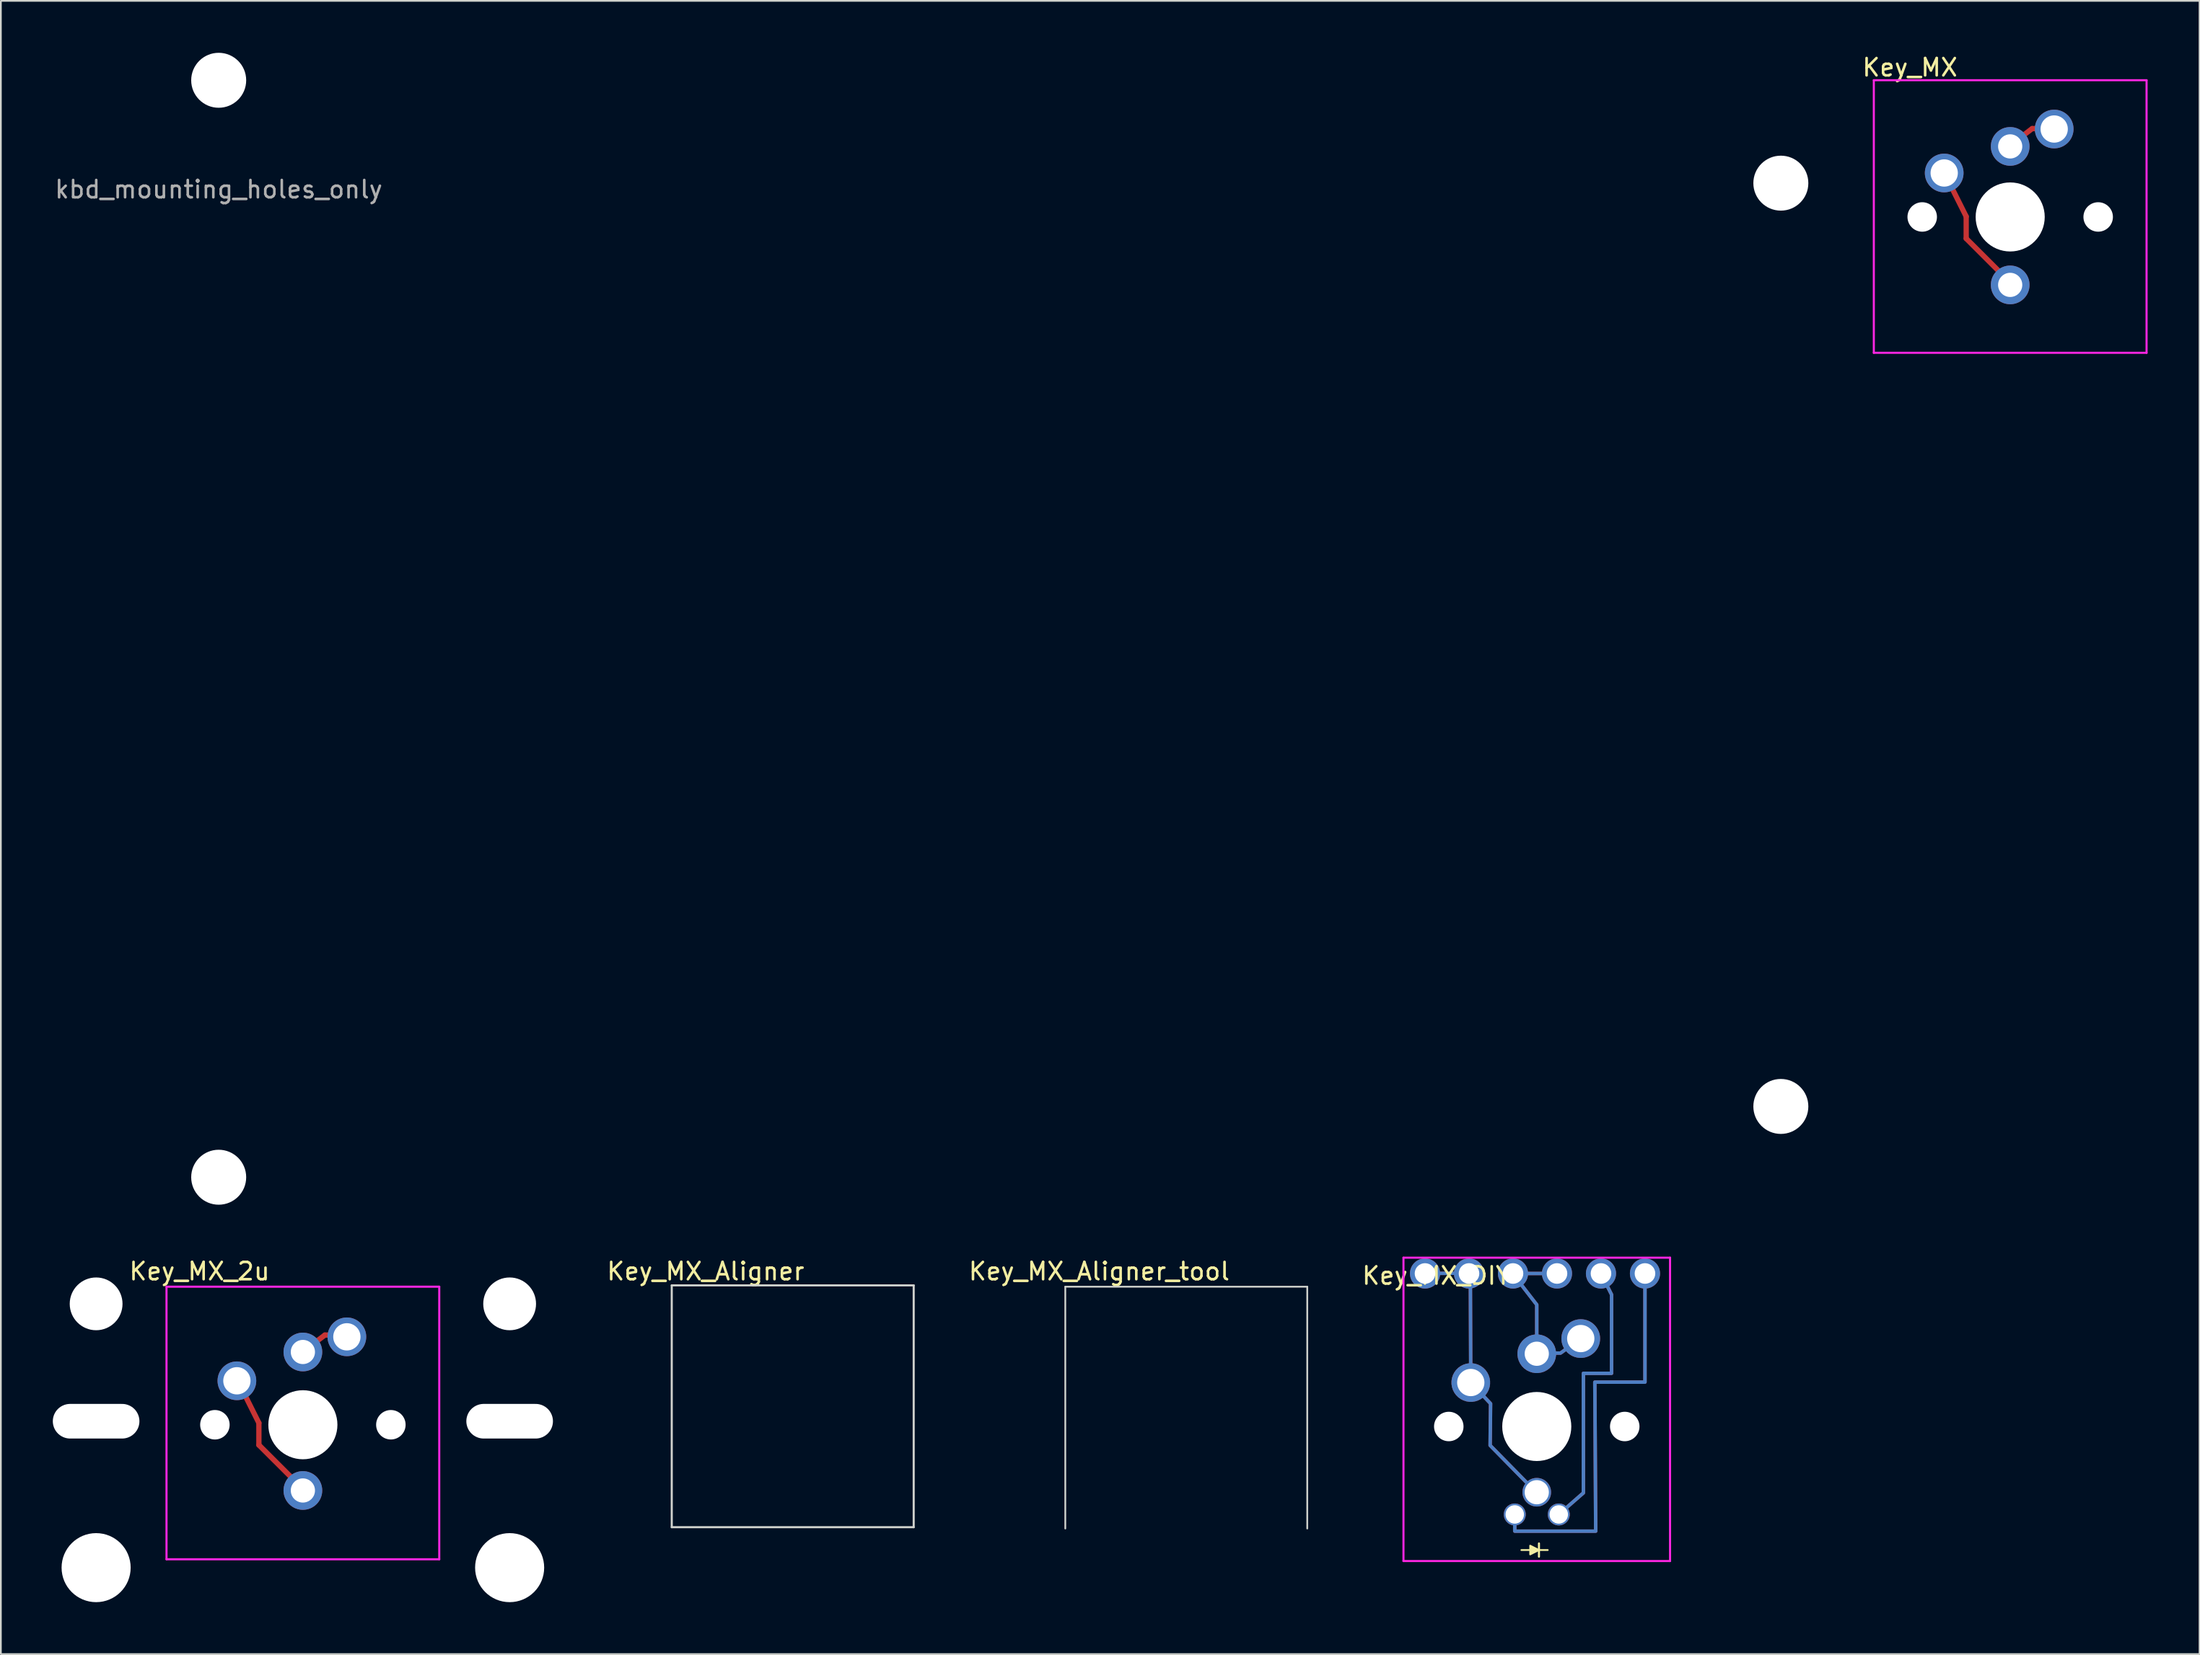
<source format=kicad_pcb>
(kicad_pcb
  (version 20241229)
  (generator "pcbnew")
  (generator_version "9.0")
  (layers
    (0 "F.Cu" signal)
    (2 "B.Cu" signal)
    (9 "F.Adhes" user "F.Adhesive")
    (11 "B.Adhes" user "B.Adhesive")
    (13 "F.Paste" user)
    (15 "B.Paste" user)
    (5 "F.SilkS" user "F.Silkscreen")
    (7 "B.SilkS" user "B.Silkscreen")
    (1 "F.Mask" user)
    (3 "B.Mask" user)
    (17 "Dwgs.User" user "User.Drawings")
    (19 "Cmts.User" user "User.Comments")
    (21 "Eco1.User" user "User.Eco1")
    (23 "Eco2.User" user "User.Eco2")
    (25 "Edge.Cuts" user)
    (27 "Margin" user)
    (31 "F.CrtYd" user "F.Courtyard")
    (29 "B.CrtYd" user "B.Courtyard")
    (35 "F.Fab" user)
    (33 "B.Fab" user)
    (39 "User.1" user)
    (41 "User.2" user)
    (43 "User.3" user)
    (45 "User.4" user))
  (footprint "Key_MX"
    (layer "F.Cu")
    (at 113.016 9.459)
    (property "Reference" "Key_MX" (at -5.791 -8.611 0) (layer "F.SilkS") (effects (font (size 1 1) (thickness 0.15))))
    (attr through_hole)
    (fp_line (start -3.81 -2.54) (end -2.54 0) (stroke (width 0.305) (type solid)) (layer "F.Cu"))
    (fp_line (start -2.54 0) (end -2.54 1.27) (stroke (width 0.305) (type solid)) (layer "F.Cu"))
    (fp_line (start -2.54 1.27) (end 0 3.81) (stroke (width 0.305) (type solid)) (layer "F.Cu"))
    (fp_line (start 1.27 -5.08) (end 0.737 -4.674) (stroke (width 0.305) (type solid)) (layer "F.Cu"))
    (fp_line (start 1.651 -5.08) (end 1.27 -5.08) (stroke (width 0.305) (type solid)) (layer "F.Cu"))
    (fp_line (start -7.874 -7.874) (end 7.874 -7.874) (stroke (width 0.12) (type solid)) (layer "F.CrtYd"))
    (fp_line (start -7.874 7.874) (end -7.874 -7.874) (stroke (width 0.12) (type solid)) (layer "F.CrtYd"))
    (fp_line (start 7.874 -7.874) (end 7.874 7.874) (stroke (width 0.12) (type solid)) (layer "F.CrtYd"))
    (fp_line (start 7.874 7.874) (end -7.874 7.874) (stroke (width 0.12) (type solid)) (layer "F.CrtYd"))
    (pad "" np_thru_hole circle (at -5.08 0.025) (size 1.702 1.702) (drill 1.702) (layers "*.Cu" "*.Mask"))
    (pad "" np_thru_hole circle (at 0 0.025) (size 3.988 3.988) (drill 3.988) (layers "*.Cu" "*.Mask"))
    (pad "" np_thru_hole circle (at 5.08 0.025) (size 1.702 1.702) (drill 1.702) (layers "*.Cu" "*.Mask"))
    (pad "1" thru_hole circle (at 0 -4.051) (size 2.235 2.235) (drill 1.397) (layers "*.Cu" "*.Mask"))
    (pad "2" thru_hole circle (at 0 3.95) (size 2.235 2.235) (drill 1.397) (layers "*.Cu" "*.Mask"))
    (pad "3" thru_hole circle (at 2.54 -5.055) (size 2.235 2.235) (drill 1.575) (layers "*.Cu" "*.Mask"))
    (pad "4" thru_hole circle (at -3.81 -2.515) (size 2.235 2.235) (drill 1.575) (layers "*.Cu" "*.Mask")))
  (footprint "Key_MX_DIY"
    (layer "F.Cu")
    (at 85.681 79.26)
    (property "Reference" "Key_MX_DIY" (at -5.791 -8.611 0) (layer "F.SilkS") (effects (font (size 1 1) (thickness 0.15))))
    (attr through_hole)
    (fp_line (start -0.889 7.239) (end 0.635 7.239) (stroke (width 0.102) (type solid)) (layer "F.SilkS"))
    (fp_line (start 0.127 6.858) (end 0.127 7.62) (stroke (width 0.12) (type solid)) (layer "F.SilkS"))
    (fp_poly (pts (xy 0.127 7.239) (xy -0.381 7.493) (xy -0.381 6.985)) (stroke (width 0.1) (type solid)) (fill yes) (layer "F.SilkS"))
    (fp_line (start -7.696 -9.652) (end 7.696 -9.652) (stroke (width 0.12) (type solid)) (layer "F.CrtYd"))
    (fp_line (start -7.696 7.874) (end -7.696 -9.652) (stroke (width 0.12) (type solid)) (layer "F.CrtYd"))
    (fp_line (start 7.696 -9.652) (end 7.696 7.874) (stroke (width 0.12) (type solid)) (layer "F.CrtYd"))
    (fp_line (start 7.696 7.874) (end -7.696 7.874) (stroke (width 0.12) (type solid)) (layer "F.CrtYd"))
    (pad "" np_thru_hole circle (at -5.08 0.102) (size 1.702 1.702) (drill 1.702) (layers "*.Cu" "*.Mask"))
    (pad "" np_thru_hole circle (at 0 0.102) (size 3.988 3.988) (drill 3.988) (layers "*.Cu" "*.Mask"))
    (pad "" np_thru_hole circle (at 5.08 0.102) (size 1.702 1.702) (drill 1.702) (layers "*.Cu" "*.Mask"))
    (pad "1" thru_hole circle (at -1.372 -8.738 180) (size 1.74 1.74) (drill 1.19) (layers "*.Cu" "*.Mask"))
    (pad "1" thru_hole custom (at 0 -4.102) (size 2.235 2.235) (drill 1.397) (layers "*.Cu" "*.Mask") (options (anchor circle)) (primitives (gr_line (start 0.102 -0.038) (end 1.372 -0.038) (width 0.2)) (gr_line (start 1.372 -0.038) (end 2.54 -0.876) (width 0.2)) (gr_line (start 0 -2.832) (end 0 0) (width 0.2)) (gr_line (start -1.397 -4.636) (end 0 -2.832) (width 0.2)) (gr_line (start 1.168 -4.636) (end -1.397 -4.636) (width 0.2))))
    (pad "1" thru_hole circle (at 1.168 -8.738 180) (size 1.74 1.74) (drill 1.19) (layers "*.Cu" "*.Mask"))
    (pad "1" thru_hole circle (at 2.54 -4.978) (size 2.235 2.235) (drill 1.575) (layers "*.Cu" "*.Mask"))
    (pad "2" thru_hole circle (at -6.452 -8.738 180) (size 1.74 1.74) (drill 1.19) (layers "*.Cu" "*.Mask"))
    (pad "2" thru_hole circle (at -3.912 -8.738 180) (size 1.74 1.74) (drill 1.19) (layers "*.Cu" "*.Mask"))
    (pad "2" thru_hole custom (at -3.81 -2.438) (size 2.235 2.235) (drill 1.575) (layers "*.Cu" "*.Mask") (options (anchor circle)) (primitives (gr_line (start 0 0) (end -0.025 -6.325) (width 0.2)) (gr_line (start -0.025 -6.325) (end -2.642 -6.299) (width 0.2)) (gr_line (start 1.143 1.219) (end 0 0) (width 0.2)) (gr_line (start 1.118 3.632) (end 1.143 1.219) (width 0.2)) (gr_line (start 3.835 6.401) (end 1.118 3.632) (width 0.2))))
    (pad "2" thru_hole circle (at 0 3.899) (size 1.651 1.651) (drill 1.397) (layers "*.Cu" "*.Mask"))
    (pad "3" thru_hole custom (at 1.27 5.182) (size 1.27 1.27) (drill 1.067) (layers "*.Cu" "*.Mask") (options (anchor circle)) (primitives (gr_line (start 0 0) (end 1.422 -1.245) (width 0.2)) (gr_line (start 1.422 -1.245) (end 1.422 -8.153) (width 0.2)) (gr_line (start 1.422 -8.153) (end 3.048 -8.153) (width 0.2)) (gr_line (start 3.048 -8.153) (end 3.048 -12.7) (width 0.2)) (gr_line (start 3.048 -12.7) (end 2.438 -13.919) (width 0.2))))
    (pad "3" thru_hole circle (at 3.708 -8.738 180) (size 1.74 1.74) (drill 1.19) (layers "*.Cu" "*.Mask"))
    (pad "4" thru_hole custom (at -1.27 5.182) (size 1.27 1.27) (drill 1.067) (layers "*.Cu" "*.Mask") (options (anchor circle)) (primitives (gr_line (start 0 0) (end 0 0.965) (width 0.2)) (gr_line (start 0 0.965) (end 4.674 0.965) (width 0.2)) (gr_line (start 4.674 0.965) (end 4.623 -7.645) (width 0.2)) (gr_line (start 4.623 -7.645) (end 7.518 -7.645) (width 0.2)) (gr_line (start 7.518 -7.645) (end 7.518 -13.919) (width 0.2))))
    (pad "4" thru_hole circle (at 6.248 -8.738 180) (size 1.74 1.74) (drill 1.19) (layers "*.Cu" "*.Mask")))
  (footprint "Key_MX_2u"
    (layer "F.Cu")
    (at 14.438 79.159)
    (property "Reference" "Key_MX_2u" (at -5.969 -8.763 0) (layer "F.SilkS") (effects (font (size 1 1) (thickness 0.15))))
    (attr through_hole)
    (fp_line (start -3.81 -2.54) (end -2.54 0) (stroke (width 0.305) (type solid)) (layer "F.Cu"))
    (fp_line (start -2.54 0) (end -2.54 1.27) (stroke (width 0.305) (type solid)) (layer "F.Cu"))
    (fp_line (start -2.54 1.27) (end 0 3.81) (stroke (width 0.305) (type solid)) (layer "F.Cu"))
    (fp_line (start 1.27 -5.08) (end 0.737 -4.674) (stroke (width 0.305) (type solid)) (layer "F.Cu"))
    (fp_line (start 1.651 -5.08) (end 1.27 -5.08) (stroke (width 0.305) (type solid)) (layer "F.Cu"))
    (fp_line (start -7.874 -7.874) (end 7.874 -7.874) (stroke (width 0.12) (type solid)) (layer "F.CrtYd"))
    (fp_line (start -7.874 7.874) (end -7.874 -7.874) (stroke (width 0.12) (type solid)) (layer "F.CrtYd"))
    (fp_line (start 7.874 -7.874) (end 7.874 7.874) (stroke (width 0.12) (type solid)) (layer "F.CrtYd"))
    (fp_line (start 7.874 7.874) (end -7.874 7.874) (stroke (width 0.12) (type solid)) (layer "F.CrtYd"))
    (pad "" np_thru_hole circle (at -11.938 -6.883) (size 3.048 3.048) (drill 3.048) (layers "*.Cu" "*.Mask"))
    (pad "" np_thru_hole oval (at -11.938 -0.102) (size 5 2) (drill oval 5 2) (layers "*.Cu" "*.Mask"))
    (pad "" np_thru_hole circle (at -11.938 8.357) (size 3.988 3.988) (drill 3.988) (layers "*.Cu" "*.Mask"))
    (pad "" np_thru_hole circle (at -5.08 0.102) (size 1.702 1.702) (drill 1.702) (layers "*.Cu" "*.Mask"))
    (pad "" np_thru_hole circle (at 0 0.102) (size 3.988 3.988) (drill 3.988) (layers "*.Cu" "*.Mask"))
    (pad "" np_thru_hole circle (at 5.08 0.102) (size 1.702 1.702) (drill 1.702) (layers "*.Cu" "*.Mask"))
    (pad "" np_thru_hole circle (at 11.938 -6.883) (size 3.048 3.048) (drill 3.048) (layers "*.Cu" "*.Mask"))
    (pad "" np_thru_hole oval (at 11.938 -0.102) (size 5 2) (drill oval 5 2) (layers "*.Cu" "*.Mask"))
    (pad "" np_thru_hole circle (at 11.938 8.357) (size 3.988 3.988) (drill 3.988) (layers "*.Cu" "*.Mask"))
    (pad "1" thru_hole circle (at 0 -4.102) (size 2.235 2.235) (drill 1.397) (layers "*.Cu" "*.Mask"))
    (pad "2" thru_hole circle (at 0 3.899) (size 2.235 2.235) (drill 1.397) (layers "*.Cu" "*.Mask"))
    (pad "3" thru_hole circle (at 2.54 -4.978) (size 2.235 2.235) (drill 1.575) (layers "*.Cu" "*.Mask"))
    (pad "4" thru_hole circle (at -3.81 -2.438) (size 2.235 2.235) (drill 1.575) (layers "*.Cu" "*.Mask")))
  (footprint "Key_MX_Aligner_tool"
    (layer "F.Cu")
    (at 65.444 78.169)
    (property "Reference" "Key_MX_Aligner_tool" (at -5.029 -7.772 0) (layer "F.SilkS") (effects (font (size 1 1) (thickness 0.15))))
    (attr through_hole)
    (fp_line (start -6.985 -6.883) (end -6.985 7.087) (stroke (width 0.102) (type solid)) (layer "Edge.Cuts"))
    (fp_line (start -6.985 -6.883) (end 6.985 -6.883) (stroke (width 0.102) (type solid)) (layer "Edge.Cuts"))
    (fp_line (start 6.985 7.087) (end 6.985 -6.883) (stroke (width 0.102) (type solid)) (layer "Edge.Cuts")))
  (footprint "Key_MX_Aligner"
    (layer "F.Cu")
    (at 42.721 78.169)
    (property "Reference" "Key_MX_Aligner" (at -5.029 -7.772 0) (layer "F.SilkS") (effects (font (size 1 1) (thickness 0.15))))
    (attr through_hole)
    (fp_line (start -6.985 -6.96) (end -6.985 7.01) (stroke (width 0.12) (type solid)) (layer "Edge.Cuts"))
    (fp_line (start -6.985 -6.96) (end 6.985 -6.96) (stroke (width 0.12) (type solid)) (layer "Edge.Cuts"))
    (fp_line (start -6.985 7.01) (end 6.985 7.01) (stroke (width 0.12) (type solid)) (layer "Edge.Cuts"))
    (fp_line (start 6.985 7.01) (end 6.985 -6.96) (stroke (width 0.12) (type solid)) (layer "Edge.Cuts")))
  (footprint "kbd_mounting_holes_only"
    (layer "F.Cu")
    (at 8.282 10.4)
    (property "Reference" "kbd_mounting_holes_only" (at 1.295 -2.508 0) (layer "F.Fab") (effects (font (size 1 1) (thickness 0.15))))
    (attr through_hole)
    (pad "" np_thru_hole circle (at 1.295 -8.812) (size 3.175 3.175) (drill 3.175) (layers "*.Cu" "*.Mask"))
    (pad "" np_thru_hole circle (at 1.295 54.561) (size 3.175 3.175) (drill 3.175) (layers "*.Cu" "*.Mask"))
    (pad "" np_thru_hole circle (at 91.492 -2.869) (size 3.175 3.175) (drill 3.175) (layers "*.Cu" "*.Mask"))
    (pad "" np_thru_hole circle (at 91.492 50.471) (size 3.175 3.175) (drill 3.175) (layers "*.Cu" "*.Mask")))
  (gr_rect
    (start -3 -3)
    (end 123.95 92.51)
    (stroke (width 0.1) (type default))
    (fill no)
    (layer "Edge.Cuts")))
</source>
